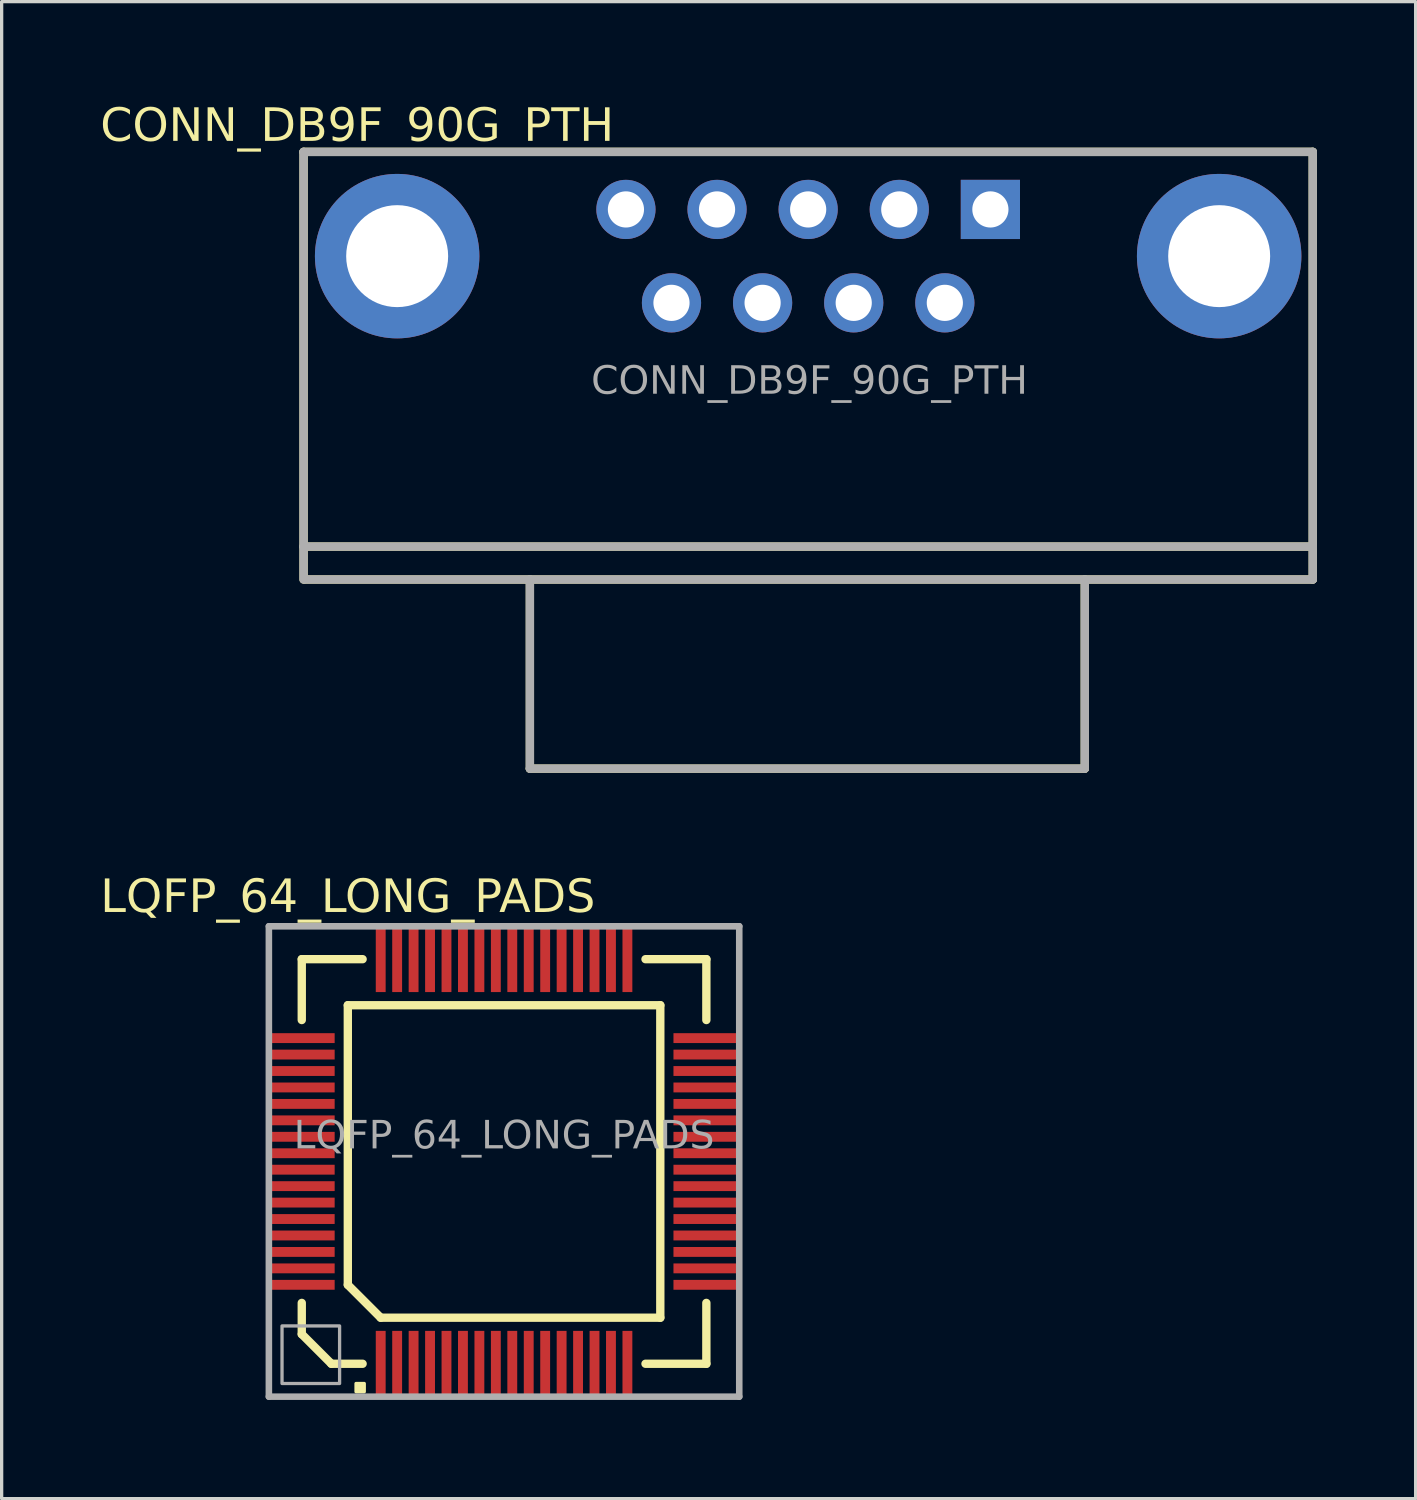
<source format=kicad_pcb>
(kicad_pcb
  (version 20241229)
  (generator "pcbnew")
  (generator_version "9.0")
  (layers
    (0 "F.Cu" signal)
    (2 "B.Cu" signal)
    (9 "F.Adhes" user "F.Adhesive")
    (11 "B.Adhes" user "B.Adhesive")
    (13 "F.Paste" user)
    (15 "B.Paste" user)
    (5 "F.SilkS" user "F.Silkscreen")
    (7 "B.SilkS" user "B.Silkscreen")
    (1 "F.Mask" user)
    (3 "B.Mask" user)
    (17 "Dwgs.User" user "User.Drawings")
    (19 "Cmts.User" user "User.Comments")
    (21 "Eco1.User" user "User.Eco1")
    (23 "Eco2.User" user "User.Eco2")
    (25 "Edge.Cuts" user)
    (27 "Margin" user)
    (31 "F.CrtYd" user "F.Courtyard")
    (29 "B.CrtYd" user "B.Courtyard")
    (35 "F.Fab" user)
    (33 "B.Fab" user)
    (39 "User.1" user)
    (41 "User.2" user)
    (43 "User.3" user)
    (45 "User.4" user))
  (footprint "LQFP_64_LONG_PADS"
    (layer "F.Cu")
    (at 12.274 32.26)
    (property "Reference" "LQFP_64_LONG_PADS" (at -4.75 -8 0) (unlocked yes) (layer "F.SilkS") (effects (font (face "Calibri") (size 1 1) (thickness 0.127))))
    (attr smd)
    (fp_line (start -6.15 -6.15) (end -6.15 -4.3) (stroke (width 0.254) (type default)) (layer "F.SilkS"))
    (fp_line (start -6.15 5.25) (end -6.15 4.3) (stroke (width 0.254) (type default)) (layer "F.SilkS"))
    (fp_line (start -5.25 6.15) (end -6.15 5.25) (stroke (width 0.254) (type default)) (layer "F.SilkS"))
    (fp_line (start -4.75 3.75) (end -4.75 -4.75) (stroke (width 0.254) (type default)) (layer "F.SilkS"))
    (fp_line (start -4.3 -6.15) (end -6.15 -6.15) (stroke (width 0.254) (type default)) (layer "F.SilkS"))
    (fp_line (start -4.3 6.15) (end -5.25 6.15) (stroke (width 0.254) (type default)) (layer "F.SilkS"))
    (fp_line (start -3.75 4.75) (end -4.75 3.75) (stroke (width 0.254) (type default)) (layer "F.SilkS"))
    (fp_line (start 4.3 6.15) (end 6.15 6.15) (stroke (width 0.254) (type default)) (layer "F.SilkS"))
    (fp_line (start 4.75 -4.75) (end -4.75 -4.75) (stroke (width 0.254) (type default)) (layer "F.SilkS"))
    (fp_line (start 4.75 4.75) (end -3.75 4.75) (stroke (width 0.254) (type default)) (layer "F.SilkS"))
    (fp_line (start 4.75 4.75) (end 4.75 -4.75) (stroke (width 0.254) (type default)) (layer "F.SilkS"))
    (fp_line (start 6.15 -6.15) (end 4.3 -6.15) (stroke (width 0.254) (type default)) (layer "F.SilkS"))
    (fp_line (start 6.15 -4.3) (end 6.15 -6.15) (stroke (width 0.254) (type default)) (layer "F.SilkS"))
    (fp_line (start 6.15 6.15) (end 6.15 4.3) (stroke (width 0.254) (type default)) (layer "F.SilkS"))
    (fp_rect (start -4.25 6.75) (end -4.5 7) (stroke (width 0.1) (type default)) (fill yes) (layer "F.SilkS"))
    (fp_line (start -7.15 7.15) (end -7.15 -7.15) (stroke (width 0.2) (type default)) (layer "F.Fab"))
    (fp_line (start 7.15 -7.15) (end -7.15 -7.15) (stroke (width 0.2) (type default)) (layer "F.Fab"))
    (fp_line (start 7.15 7.15) (end -7.15 7.15) (stroke (width 0.2) (type default)) (layer "F.Fab"))
    (fp_line (start 7.15 7.15) (end 7.15 -7.15) (stroke (width 0.2) (type default)) (layer "F.Fab"))
    (fp_rect (start -6.75 5) (end -5 6.75) (stroke (width 0.1) (type default)) (fill no) (layer "F.Fab"))
    (fp_text user "${REFERENCE}" (at 0 -0.75 0) (unlocked yes) (layer "F.Fab") (effects (font (face "Calibri") (size 0.85 0.85) (thickness 0.15))))
    (pad "1" smd rect (at -3.75 6.15 90) (size 2 0.3) (layers "F.Cu" "F.Mask" "F.Paste"))
    (pad "2" smd rect (at -3.25 6.15 90) (size 2 0.3) (layers "F.Cu" "F.Mask" "F.Paste"))
    (pad "3" smd rect (at -2.75 6.15 90) (size 2 0.3) (layers "F.Cu" "F.Mask" "F.Paste"))
    (pad "4" smd rect (at -2.25 6.15 90) (size 2 0.3) (layers "F.Cu" "F.Mask" "F.Paste"))
    (pad "5" smd rect (at -1.75 6.15 270) (size 2 0.3) (layers "F.Cu" "F.Mask" "F.Paste"))
    (pad "6" smd rect (at -1.25 6.15 270) (size 2 0.3) (layers "F.Cu" "F.Mask" "F.Paste"))
    (pad "7" smd rect (at -0.75 6.15 270) (size 2 0.3) (layers "F.Cu" "F.Mask" "F.Paste"))
    (pad "8" smd rect (at -0.25 6.15 270) (size 2 0.3) (layers "F.Cu" "F.Mask" "F.Paste"))
    (pad "9" smd rect (at 0.25 6.15 90) (size 2 0.3) (layers "F.Cu" "F.Mask" "F.Paste"))
    (pad "10" smd rect (at 0.75 6.15 90) (size 2 0.3) (layers "F.Cu" "F.Mask" "F.Paste"))
    (pad "11" smd rect (at 1.25 6.15 90) (size 2 0.3) (layers "F.Cu" "F.Mask" "F.Paste"))
    (pad "12" smd rect (at 1.75 6.15 90) (size 2 0.3) (layers "F.Cu" "F.Mask" "F.Paste"))
    (pad "13" smd rect (at 2.25 6.15 270) (size 2 0.3) (layers "F.Cu" "F.Mask" "F.Paste"))
    (pad "14" smd rect (at 2.75 6.15 270) (size 2 0.3) (layers "F.Cu" "F.Mask" "F.Paste"))
    (pad "15" smd rect (at 3.25 6.15 270) (size 2 0.3) (layers "F.Cu" "F.Mask" "F.Paste"))
    (pad "16" smd rect (at 3.75 6.15 270) (size 2 0.3) (layers "F.Cu" "F.Mask" "F.Paste"))
    (pad "17" smd rect (at 6.15 3.75 180) (size 2 0.3) (layers "F.Cu" "F.Mask" "F.Paste"))
    (pad "18" smd rect (at 6.15 3.25 180) (size 2 0.3) (layers "F.Cu" "F.Mask" "F.Paste"))
    (pad "19" smd rect (at 6.15 2.75 180) (size 2 0.3) (layers "F.Cu" "F.Mask" "F.Paste"))
    (pad "20" smd rect (at 6.15 2.25 180) (size 2 0.3) (layers "F.Cu" "F.Mask" "F.Paste"))
    (pad "21" smd rect (at 6.15 1.75) (size 2 0.3) (layers "F.Cu" "F.Mask" "F.Paste"))
    (pad "22" smd rect (at 6.15 1.25) (size 2 0.3) (layers "F.Cu" "F.Mask" "F.Paste"))
    (pad "23" smd rect (at 6.15 0.75) (size 2 0.3) (layers "F.Cu" "F.Mask" "F.Paste"))
    (pad "24" smd rect (at 6.15 0.25) (size 2 0.3) (layers "F.Cu" "F.Mask" "F.Paste"))
    (pad "25" smd rect (at 6.15 -0.25 180) (size 2 0.3) (layers "F.Cu" "F.Mask" "F.Paste"))
    (pad "26" smd rect (at 6.15 -0.75 180) (size 2 0.3) (layers "F.Cu" "F.Mask" "F.Paste"))
    (pad "27" smd rect (at 6.15 -1.25 180) (size 2 0.3) (layers "F.Cu" "F.Mask" "F.Paste"))
    (pad "28" smd rect (at 6.15 -1.75 180) (size 2 0.3) (layers "F.Cu" "F.Mask" "F.Paste"))
    (pad "29" smd rect (at 6.15 -2.25) (size 2 0.3) (layers "F.Cu" "F.Mask" "F.Paste"))
    (pad "30" smd rect (at 6.15 -2.75) (size 2 0.3) (layers "F.Cu" "F.Mask" "F.Paste"))
    (pad "31" smd rect (at 6.15 -3.25) (size 2 0.3) (layers "F.Cu" "F.Mask" "F.Paste"))
    (pad "32" smd rect (at 6.15 -3.75) (size 2 0.3) (layers "F.Cu" "F.Mask" "F.Paste"))
    (pad "33" smd rect (at 3.75 -6.15 270) (size 2 0.3) (layers "F.Cu" "F.Mask" "F.Paste"))
    (pad "34" smd rect (at 3.25 -6.15 270) (size 2 0.3) (layers "F.Cu" "F.Mask" "F.Paste"))
    (pad "35" smd rect (at 2.75 -6.15 270) (size 2 0.3) (layers "F.Cu" "F.Mask" "F.Paste"))
    (pad "36" smd rect (at 2.25 -6.15 270) (size 2 0.3) (layers "F.Cu" "F.Mask" "F.Paste"))
    (pad "37" smd rect (at 1.75 -6.15 90) (size 2 0.3) (layers "F.Cu" "F.Mask" "F.Paste"))
    (pad "38" smd rect (at 1.25 -6.15 90) (size 2 0.3) (layers "F.Cu" "F.Mask" "F.Paste"))
    (pad "39" smd rect (at 0.75 -6.15 90) (size 2 0.3) (layers "F.Cu" "F.Mask" "F.Paste"))
    (pad "40" smd rect (at 0.25 -6.15 90) (size 2 0.3) (layers "F.Cu" "F.Mask" "F.Paste"))
    (pad "41" smd rect (at -0.25 -6.15 270) (size 2 0.3) (layers "F.Cu" "F.Mask" "F.Paste"))
    (pad "42" smd rect (at -0.75 -6.15 270) (size 2 0.3) (layers "F.Cu" "F.Mask" "F.Paste"))
    (pad "43" smd rect (at -1.25 -6.15 270) (size 2 0.3) (layers "F.Cu" "F.Mask" "F.Paste"))
    (pad "44" smd rect (at -1.75 -6.15 270) (size 2 0.3) (layers "F.Cu" "F.Mask" "F.Paste"))
    (pad "45" smd rect (at -2.25 -6.15 90) (size 2 0.3) (layers "F.Cu" "F.Mask" "F.Paste"))
    (pad "46" smd rect (at -2.75 -6.15 90) (size 2 0.3) (layers "F.Cu" "F.Mask" "F.Paste"))
    (pad "47" smd rect (at -3.25 -6.15 90) (size 2 0.3) (layers "F.Cu" "F.Mask" "F.Paste"))
    (pad "48" smd rect (at -3.75 -6.15 90) (size 2 0.3) (layers "F.Cu" "F.Mask" "F.Paste"))
    (pad "49" smd rect (at -6.15 -3.75) (size 2 0.3) (layers "F.Cu" "F.Mask" "F.Paste"))
    (pad "50" smd rect (at -6.15 -3.25) (size 2 0.3) (layers "F.Cu" "F.Mask" "F.Paste"))
    (pad "51" smd rect (at -6.15 -2.75) (size 2 0.3) (layers "F.Cu" "F.Mask" "F.Paste"))
    (pad "52" smd rect (at -6.15 -2.25) (size 2 0.3) (layers "F.Cu" "F.Mask" "F.Paste"))
    (pad "53" smd rect (at -6.15 -1.75 180) (size 2 0.3) (layers "F.Cu" "F.Mask" "F.Paste"))
    (pad "54" smd rect (at -6.15 -1.25 180) (size 2 0.3) (layers "F.Cu" "F.Mask" "F.Paste"))
    (pad "55" smd rect (at -6.15 -0.75 180) (size 2 0.3) (layers "F.Cu" "F.Mask" "F.Paste"))
    (pad "56" smd rect (at -6.15 -0.25 180) (size 2 0.3) (layers "F.Cu" "F.Mask" "F.Paste"))
    (pad "57" smd rect (at -6.15 0.25) (size 2 0.3) (layers "F.Cu" "F.Mask" "F.Paste"))
    (pad "58" smd rect (at -6.15 0.75) (size 2 0.3) (layers "F.Cu" "F.Mask" "F.Paste"))
    (pad "59" smd rect (at -6.15 1.25) (size 2 0.3) (layers "F.Cu" "F.Mask" "F.Paste"))
    (pad "60" smd rect (at -6.15 1.75) (size 2 0.3) (layers "F.Cu" "F.Mask" "F.Paste"))
    (pad "61" smd rect (at -6.15 2.25 180) (size 2 0.3) (layers "F.Cu" "F.Mask" "F.Paste"))
    (pad "62" smd rect (at -6.15 2.75 180) (size 2 0.3) (layers "F.Cu" "F.Mask" "F.Paste"))
    (pad "63" smd rect (at -6.15 3.25 180) (size 2 0.3) (layers "F.Cu" "F.Mask" "F.Paste"))
    (pad "64" smd rect (at -6.15 3.75 180) (size 2 0.3) (layers "F.Cu" "F.Mask" "F.Paste")))
  (footprint "CONN_DB9F_90G_PTH"
    (layer "F.Cu")
    (at 27.059 3.317)
    (property "Reference" "CONN_DB9F_90G_PTH" (at -19.25 -2.5 0) (unlocked yes) (layer "F.SilkS") (effects (font (face "Calibri") (size 1 1) (thickness 0.127))))
    (attr through_hole)
    (fp_line (start -20.88 -1.75) (end -20.88 11.25) (stroke (width 0.254) (type default)) (layer "F.SilkS"))
    (fp_line (start -14 11.25) (end -14 17) (stroke (width 0.254) (type default)) (layer "F.SilkS"))
    (fp_line (start 2.87 11.25) (end 2.87 17) (stroke (width 0.254) (type default)) (layer "F.SilkS"))
    (fp_line (start 2.87 17) (end -14 17) (stroke (width 0.254) (type default)) (layer "F.SilkS"))
    (fp_line (start 9.8 -1.75) (end -20.88 -1.75) (stroke (width 0.254) (type default)) (layer "F.SilkS"))
    (fp_line (start 9.8 -1.75) (end 9.8 11.25) (stroke (width 0.254) (type default)) (layer "F.SilkS"))
    (fp_line (start 9.8 11.25) (end -20.84 11.25) (stroke (width 0.254) (type default)) (layer "F.SilkS"))
    (fp_line (start 9.801 10.25) (end -20.881 10.25) (stroke (width 0.254) (type default)) (layer "F.SilkS"))
    (fp_line (start -20.88 -1.75) (end -20.88 11.25) (stroke (width 0.254) (type default)) (layer "F.Fab"))
    (fp_line (start -14 11.25) (end -14 17) (stroke (width 0.254) (type default)) (layer "F.Fab"))
    (fp_line (start 2.87 11.25) (end 2.87 17) (stroke (width 0.254) (type default)) (layer "F.Fab"))
    (fp_line (start 2.87 17) (end -14 17) (stroke (width 0.254) (type default)) (layer "F.Fab"))
    (fp_line (start 9.8 -1.75) (end -20.88 -1.75) (stroke (width 0.254) (type default)) (layer "F.Fab"))
    (fp_line (start 9.8 -1.75) (end 9.8 11.25) (stroke (width 0.254) (type default)) (layer "F.Fab"))
    (fp_line (start 9.8 11.25) (end -20.84 11.25) (stroke (width 0.254) (type default)) (layer "F.Fab"))
    (fp_line (start 9.801 10.25) (end -20.881 10.25) (stroke (width 0.254) (type default)) (layer "F.Fab"))
    (fp_text user "${REFERENCE}" (at -5.5 5.25 0) (unlocked yes) (layer "F.Fab") (effects (font (face "Calibri") (size 0.85 0.85) (thickness 0.15))))
    (pad "1" thru_hole rect (at 0 0) (size 1.8 1.8) (drill 1.1) (layers "F.Cu" "F.Mask" "F.Paste"))
    (pad "2" thru_hole circle (at -2.77 0) (size 1.8 1.8) (drill 1.1) (layers "F.Cu" "F.Mask" "F.Paste"))
    (pad "3" thru_hole circle (at -5.54 0) (size 1.8 1.8) (drill 1.1) (layers "F.Cu" "F.Mask" "F.Paste"))
    (pad "4" thru_hole circle (at -8.31 0) (size 1.8 1.8) (drill 1.1) (layers "F.Cu" "F.Mask" "F.Paste"))
    (pad "5" thru_hole circle (at -11.08 0) (size 1.8 1.8) (drill 1.1) (layers "F.Cu" "F.Mask" "F.Paste"))
    (pad "6" thru_hole circle (at -1.385 2.84) (size 1.8 1.8) (drill 1.1) (layers "F.Cu" "F.Mask" "F.Paste"))
    (pad "7" thru_hole circle (at -4.155 2.84) (size 1.8 1.8) (drill 1.1) (layers "F.Cu" "F.Mask" "F.Paste"))
    (pad "8" thru_hole circle (at -6.925 2.84) (size 1.8 1.8) (drill 1.1) (layers "F.Cu" "F.Mask" "F.Paste"))
    (pad "9" thru_hole circle (at -9.695 2.84) (size 1.8 1.8) (drill 1.1) (layers "F.Cu" "F.Mask" "F.Paste"))
    (pad "10" thru_hole circle (at -18.035 1.42) (size 5 5) (drill 3.1) (layers "F.Cu" "F.Mask" "F.Paste"))
    (pad "11" thru_hole circle (at 6.955 1.42) (size 5 5) (drill 3.1) (layers "F.Cu" "F.Mask" "F.Paste")))
  (gr_rect
    (start -3 -3)
    (end 39.987 42.51)
    (stroke (width 0.1) (type default))
    (fill no)
    (layer "Edge.Cuts")))
</source>
